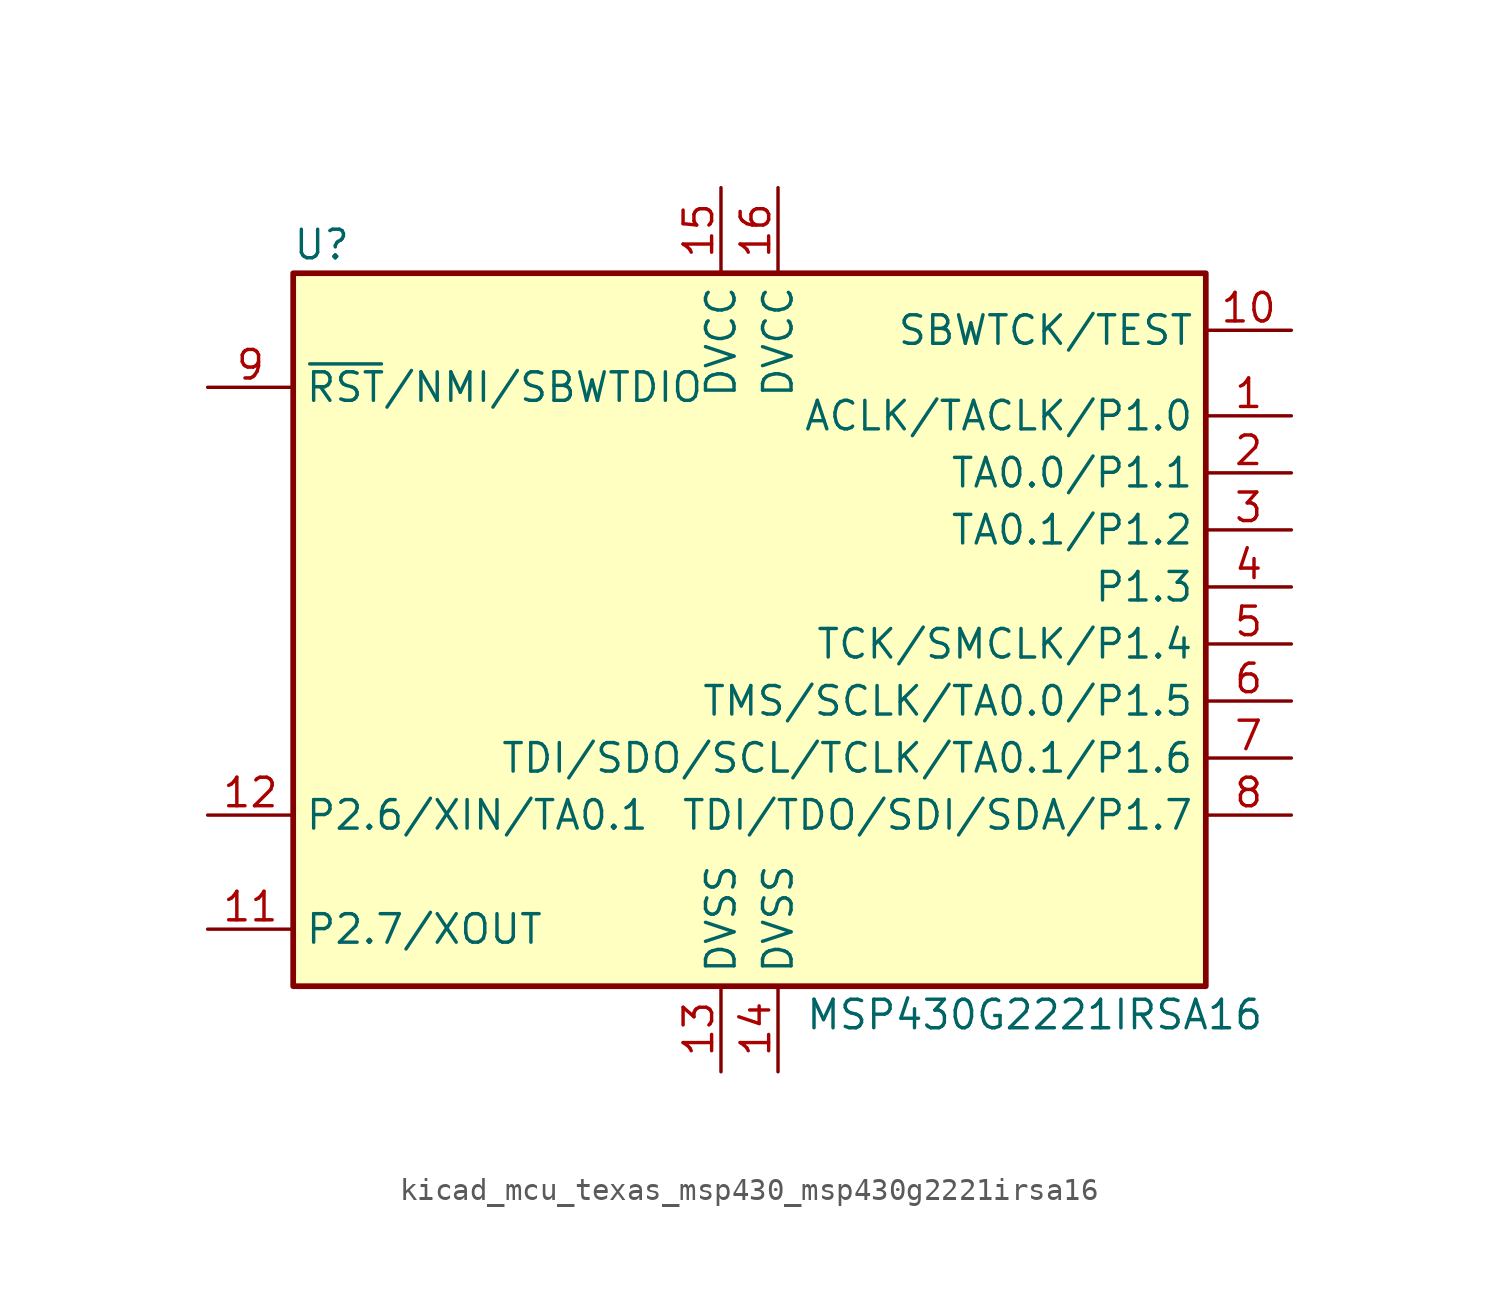
<source format=kicad_sym>
(kicad_symbol_lib
  (version 20220914)
  (generator kicad_symbol_editor)
  (symbol "kicad_mcu_texas_msp430_msp430g2221irsa16"
    (property "Reference" "U"
      (at -19.05 17.78 0)
      (effects (font (size 1.27 1.27))))
    (property "Value" "MSP430G2221IRSA16"
      (at 12.7 -16.51 0)
      (effects (font (size 1.27 1.27))))
    (symbol "kicad_mcu_texas_msp430_msp430g2221irsa16_0_1"
      (rectangle (start -20.32 16.51) (end 20.32 -15.24) (stroke (width 0.254) (type default)) (fill (type background))))
    (symbol "kicad_mcu_texas_msp430_msp430g2221irsa16_1_1"
      (pin bidirectional line (at 24.13 10.16 180) (length 3.81) (name "ACLK/TACLK/P1.0" (effects (font (size 1.27 1.27)))) (number "1" (effects (font (size 1.27 1.27)))))
      (pin input line (at 24.13 13.97 180) (length 3.81) (name "SBWTCK/TEST" (effects (font (size 1.27 1.27)))) (number "10" (effects (font (size 1.27 1.27)))))
      (pin bidirectional line (at -24.13 -12.7 0) (length 3.81) (name "P2.7/XOUT" (effects (font (size 1.27 1.27)))) (number "11" (effects (font (size 1.27 1.27)))))
      (pin bidirectional line (at -24.13 -7.62 0) (length 3.81) (name "P2.6/XIN/TA0.1" (effects (font (size 1.27 1.27)))) (number "12" (effects (font (size 1.27 1.27)))))
      (pin power_in line (at -1.27 -19.05 90) (length 3.81) (name "DVSS" (effects (font (size 1.27 1.27)))) (number "13" (effects (font (size 1.27 1.27)))))
      (pin power_in line (at 1.27 -19.05 90) (length 3.81) (name "DVSS" (effects (font (size 1.27 1.27)))) (number "14" (effects (font (size 1.27 1.27)))))
      (pin power_in line (at -1.27 20.32 270) (length 3.81) (name "DVCC" (effects (font (size 1.27 1.27)))) (number "15" (effects (font (size 1.27 1.27)))))
      (pin power_in line (at 1.27 20.32 270) (length 3.81) (name "DVCC" (effects (font (size 1.27 1.27)))) (number "16" (effects (font (size 1.27 1.27)))))
      (pin bidirectional line (at 24.13 7.62 180) (length 3.81) (name "TA0.0/P1.1" (effects (font (size 1.27 1.27)))) (number "2" (effects (font (size 1.27 1.27)))))
      (pin bidirectional line (at 24.13 5.08 180) (length 3.81) (name "TA0.1/P1.2" (effects (font (size 1.27 1.27)))) (number "3" (effects (font (size 1.27 1.27)))))
      (pin bidirectional line (at 24.13 2.54 180) (length 3.81) (name "P1.3" (effects (font (size 1.27 1.27)))) (number "4" (effects (font (size 1.27 1.27)))))
      (pin bidirectional line (at 24.13 0 180) (length 3.81) (name "TCK/SMCLK/P1.4" (effects (font (size 1.27 1.27)))) (number "5" (effects (font (size 1.27 1.27)))))
      (pin bidirectional line (at 24.13 -2.54 180) (length 3.81) (name "TMS/SCLK/TA0.0/P1.5" (effects (font (size 1.27 1.27)))) (number "6" (effects (font (size 1.27 1.27)))))
      (pin bidirectional line (at 24.13 -5.08 180) (length 3.81) (name "TDI/SDO/SCL/TCLK/TA0.1/P1.6" (effects (font (size 1.27 1.27)))) (number "7" (effects (font (size 1.27 1.27)))))
      (pin bidirectional line (at 24.13 -7.62 180) (length 3.81) (name "TDI/TDO/SDI/SDA/P1.7" (effects (font (size 1.27 1.27)))) (number "8" (effects (font (size 1.27 1.27)))))
      (pin input line (at -24.13 11.43 0) (length 3.81) (name "~{RST}/NMI/SBWTDIO" (effects (font (size 1.27 1.27)))) (number "9" (effects (font (size 1.27 1.27))))))))
</source>
